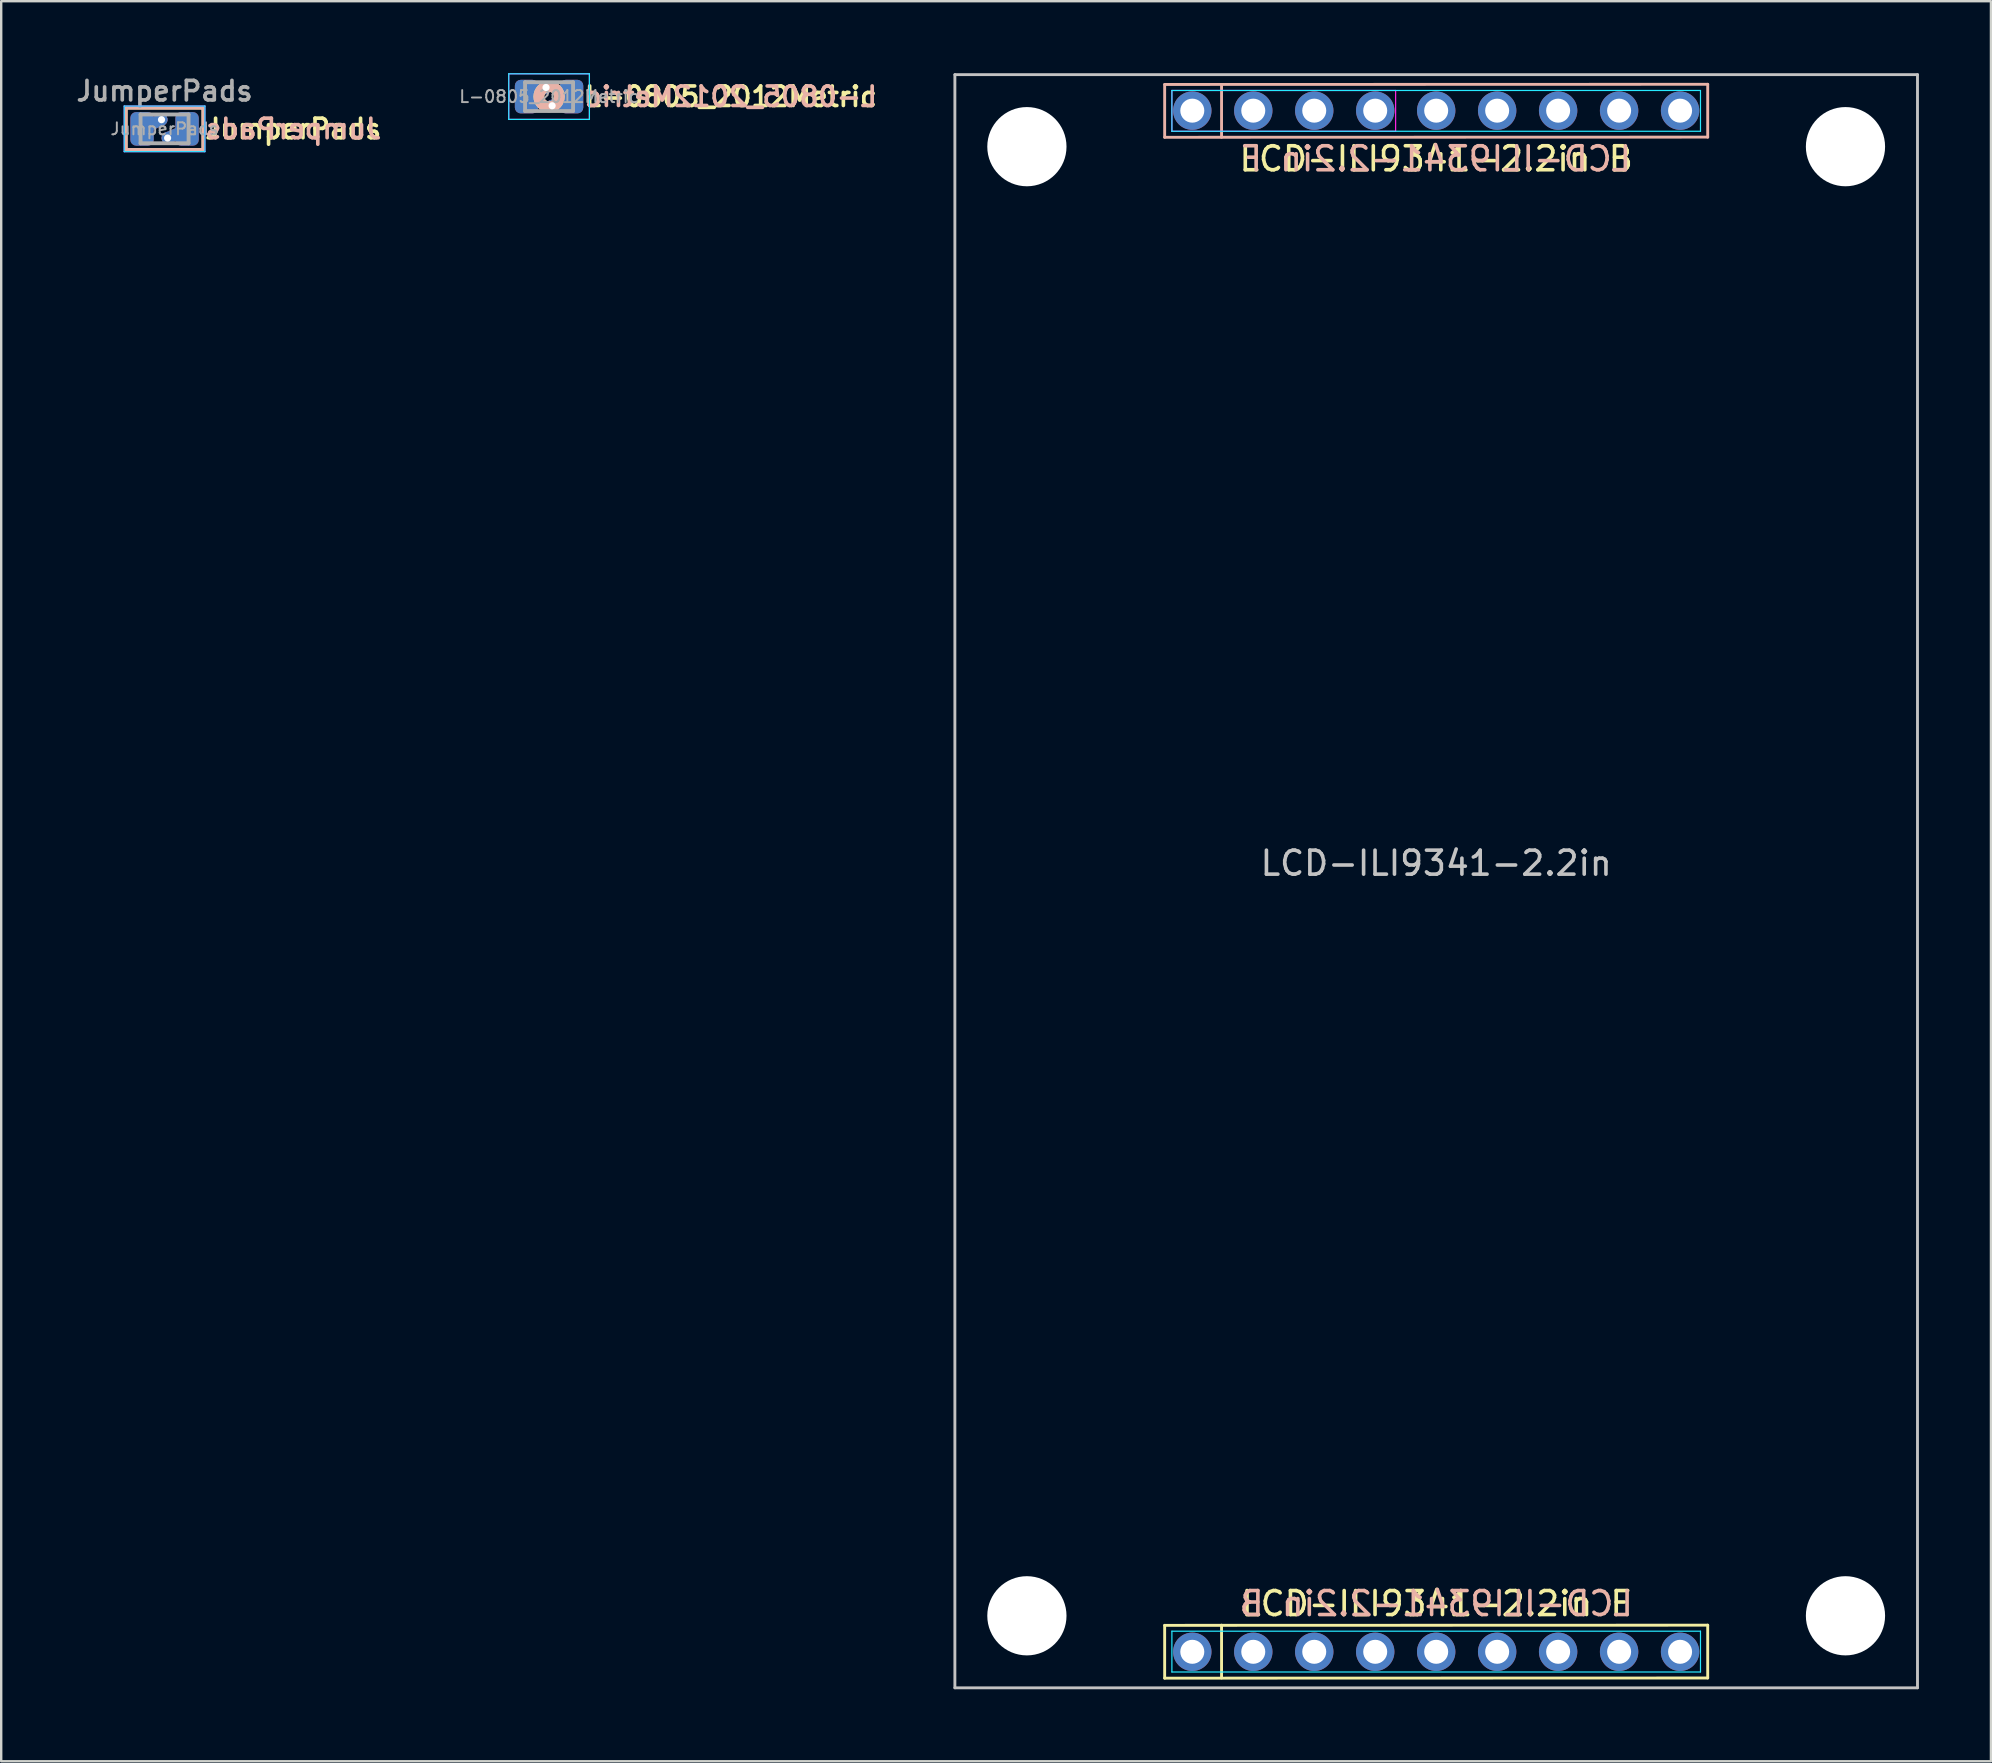
<source format=kicad_pcb>
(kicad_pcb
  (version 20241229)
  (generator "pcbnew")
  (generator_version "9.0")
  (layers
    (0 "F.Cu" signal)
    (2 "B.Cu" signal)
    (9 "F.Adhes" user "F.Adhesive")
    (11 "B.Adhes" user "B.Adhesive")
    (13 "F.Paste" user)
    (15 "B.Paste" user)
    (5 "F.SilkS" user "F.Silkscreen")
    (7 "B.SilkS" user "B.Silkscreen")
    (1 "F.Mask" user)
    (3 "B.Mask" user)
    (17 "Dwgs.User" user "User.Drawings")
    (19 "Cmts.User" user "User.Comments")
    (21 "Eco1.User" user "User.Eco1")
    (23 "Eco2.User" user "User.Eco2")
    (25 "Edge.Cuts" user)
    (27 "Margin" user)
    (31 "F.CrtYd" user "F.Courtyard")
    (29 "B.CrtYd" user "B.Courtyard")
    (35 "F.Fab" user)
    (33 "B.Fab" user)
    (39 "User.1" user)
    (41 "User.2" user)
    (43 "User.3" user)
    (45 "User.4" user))
  (footprint "LCD-ILI9341-2.2in"
    (layer "F.Cu")
    (at 56.778 33.66)
    (property "Reference" "LCD-ILI9341-2.2in" (at 0 -0.75 180) (layer "Dwgs.User") (effects (font (size 1 1) (thickness 0.15))))
    (attr through_hole)
    (fp_line (start -11.311 30.998) (end 11.311 30.991) (stroke (width 0.12) (type solid)) (layer "F.SilkS"))
    (fp_line (start -11.311 33.198) (end -11.311 30.998) (stroke (width 0.12) (type solid)) (layer "F.SilkS"))
    (fp_line (start -8.941 33.191) (end -8.941 30.991) (stroke (width 0.12) (type solid)) (layer "F.SilkS"))
    (fp_line (start 11.311 30.991) (end 11.311 33.191) (stroke (width 0.12) (type solid)) (layer "F.SilkS"))
    (fp_line (start 11.311 33.191) (end -11.311 33.198) (stroke (width 0.12) (type solid)) (layer "F.SilkS"))
    (fp_line (start -11.311 -33.191) (end 11.311 -33.198) (stroke (width 0.12) (type solid)) (layer "B.SilkS"))
    (fp_line (start -11.311 -30.991) (end -11.311 -33.191) (stroke (width 0.12) (type solid)) (layer "B.SilkS"))
    (fp_line (start -8.941 -33.191) (end -8.941 -30.991) (stroke (width 0.12) (type solid)) (layer "B.SilkS"))
    (fp_line (start 11.311 -33.198) (end 11.311 -30.998) (stroke (width 0.12) (type solid)) (layer "B.SilkS"))
    (fp_line (start 11.311 -30.998) (end -11.311 -30.991) (stroke (width 0.12) (type solid)) (layer "B.SilkS"))
    (fp_line (start -20.05 -33.6) (end -20.05 33.6) (stroke (width 0.12) (type solid)) (layer "Dwgs.User"))
    (fp_line (start -20.05 -33.6) (end 20.05 -33.6) (stroke (width 0.12) (type solid)) (layer "Dwgs.User"))
    (fp_line (start -20.05 33.6) (end 20.05 33.6) (stroke (width 0.12) (type solid)) (layer "Dwgs.User"))
    (fp_line (start 20.05 -33.6) (end 20.05 33.6) (stroke (width 0.12) (type solid)) (layer "Dwgs.User"))
    (fp_line (start -11.01 -32.941) (end 11.01 -32.941) (stroke (width 0.05) (type solid)) (layer "B.CrtYd"))
    (fp_line (start -11.01 -31.241) (end -11.01 -32.941) (stroke (width 0.05) (type solid)) (layer "B.CrtYd"))
    (fp_line (start -11.01 31.241) (end 11.01 31.241) (stroke (width 0.05) (type solid)) (layer "B.CrtYd"))
    (fp_line (start -11.01 32.941) (end -11.01 31.241) (stroke (width 0.05) (type solid)) (layer "B.CrtYd"))
    (fp_line (start 11.01 -32.941) (end 11.01 -31.241) (stroke (width 0.05) (type solid)) (layer "B.CrtYd"))
    (fp_line (start 11.01 -31.241) (end -11.01 -31.241) (stroke (width 0.05) (type solid)) (layer "B.CrtYd"))
    (fp_line (start 11.01 31.241) (end 11.01 32.941) (stroke (width 0.05) (type solid)) (layer "B.CrtYd"))
    (fp_line (start 11.01 32.941) (end -11.01 32.941) (stroke (width 0.05) (type solid)) (layer "B.CrtYd"))
    (fp_line (start -11.01 -32.941) (end -1.69 -32.941) (stroke (width 0.05) (type solid)) (layer "F.CrtYd"))
    (fp_line (start -11.01 -31.241) (end -11.01 -32.941) (stroke (width 0.05) (type solid)) (layer "F.CrtYd"))
    (fp_line (start -1.69 -32.941) (end -1.69 -31.241) (stroke (width 0.05) (type solid)) (layer "F.CrtYd"))
    (fp_line (start -1.69 -31.241) (end -11.01 -31.241) (stroke (width 0.05) (type solid)) (layer "F.CrtYd"))
    (fp_text user "${REFERENCE} F" (at 0 30.093 180) (layer "F.SilkS") (effects (font (size 1 1) (thickness 0.15))))
    (fp_text user "${REFERENCE} B" (at 0 -30.093 0) (layer "F.SilkS") (effects (font (size 1 1) (thickness 0.15))))
    (fp_text user "${REFERENCE} B" (at 0 30.093 180) (layer "B.SilkS") (effects (font (size 1 1) (thickness 0.15)) (justify mirror)))
    (fp_text user "${REFERENCE} F" (at 0 -30.093 0) (layer "B.SilkS") (effects (font (size 1 1) (thickness 0.15)) (justify mirror)))
    (pad "" np_thru_hole circle (at -17.05 -30.6) (size 3.3 3.3) (drill 3.3) (layers "*.Cu" "*.Mask"))
    (pad "" np_thru_hole circle (at -17.05 30.6) (size 3.3 3.3) (drill 3.3) (layers "*.Cu" "*.Mask"))
    (pad "" np_thru_hole circle (at 17.05 -30.6) (size 3.3 3.3) (drill 3.3) (layers "*.Cu" "*.Mask"))
    (pad "" np_thru_hole circle (at 17.05 30.6 90) (size 3.3 3.3) (drill 3.3) (layers "*.Cu" "*.Mask"))
    (pad "1" thru_hole circle (at -10.16 -32.1) (size 1.6 1.6) (drill 1) (layers "*.Cu" "*.Mask"))
    (pad "1" thru_hole circle (at -10.16 32.1 180) (size 1.6 1.6) (drill 1) (layers "*.Cu" "*.Mask"))
    (pad "2" thru_hole circle (at -7.62 -32.1) (size 1.6 1.6) (drill 1) (layers "*.Cu" "*.Mask"))
    (pad "2" thru_hole circle (at -7.62 32.1 180) (size 1.6 1.6) (drill 1) (layers "*.Cu" "*.Mask"))
    (pad "3" thru_hole circle (at -5.08 -32.1) (size 1.6 1.6) (drill 1) (layers "*.Cu" "*.Mask"))
    (pad "3" thru_hole circle (at -5.08 32.1 180) (size 1.6 1.6) (drill 1) (layers "*.Cu" "*.Mask"))
    (pad "4" thru_hole circle (at -2.54 -32.1) (size 1.6 1.6) (drill 1) (layers "*.Cu" "*.Mask"))
    (pad "4" thru_hole circle (at -2.54 32.1 180) (size 1.6 1.6) (drill 1) (layers "*.Cu" "*.Mask"))
    (pad "5" thru_hole circle (at 0 -32.1) (size 1.6 1.6) (drill 1) (layers "*.Cu" "*.Mask"))
    (pad "5" thru_hole circle (at 0 32.1 180) (size 1.6 1.6) (drill 1) (layers "*.Cu" "*.Mask"))
    (pad "6" thru_hole circle (at 2.54 -32.1) (size 1.6 1.6) (drill 1) (layers "*.Cu" "*.Mask"))
    (pad "6" thru_hole circle (at 2.54 32.1 180) (size 1.6 1.6) (drill 1) (layers "*.Cu" "*.Mask"))
    (pad "7" thru_hole circle (at 5.08 -32.1) (size 1.6 1.6) (drill 1) (layers "*.Cu" "*.Mask"))
    (pad "7" thru_hole circle (at 5.08 32.1 180) (size 1.6 1.6) (drill 1) (layers "*.Cu" "*.Mask"))
    (pad "8" thru_hole circle (at 7.62 -32.1) (size 1.6 1.6) (drill 1) (layers "*.Cu" "*.Mask"))
    (pad "8" thru_hole circle (at 7.62 32.1 180) (size 1.6 1.6) (drill 1) (layers "*.Cu" "*.Mask"))
    (pad "9" thru_hole circle (at 10.16 -32.1) (size 1.6 1.6) (drill 1) (layers "*.Cu" "*.Mask"))
    (pad "9" thru_hole circle (at 10.16 32.1 180) (size 1.6 1.6) (drill 1) (layers "*.Cu" "*.Mask")))
  (footprint "L-0805_2012Metric"
    (layer "F.Cu")
    (at 19.823 0.975)
    (property "Reference" "L-0805_2012Metric" (at 1.397 0 0) (layer "F.SilkS") (effects (font (size 0.813 0.813) (thickness 0.152)) (justify left)))
    (attr smd)
    (fp_circle (center 0 0) (end 0.2 0) (stroke (width 0.45) (type solid)) (fill no) (layer "F.SilkS"))
    (fp_circle (center 0 0) (end 0.2 0) (stroke (width 0.45) (type solid)) (fill no) (layer "B.SilkS"))
    (fp_line (start -1.68 -0.95) (end 1.68 -0.95) (stroke (width 0.05) (type solid)) (layer "B.CrtYd"))
    (fp_line (start -1.68 0.95) (end -1.68 -0.95) (stroke (width 0.05) (type solid)) (layer "B.CrtYd"))
    (fp_line (start 1.68 -0.95) (end 1.68 0.95) (stroke (width 0.05) (type solid)) (layer "B.CrtYd"))
    (fp_line (start 1.68 0.95) (end -1.68 0.95) (stroke (width 0.05) (type solid)) (layer "B.CrtYd"))
    (fp_line (start -1.68 -0.95) (end 1.68 -0.95) (stroke (width 0.05) (type solid)) (layer "F.CrtYd"))
    (fp_line (start -1.68 0.95) (end -1.68 -0.95) (stroke (width 0.05) (type solid)) (layer "F.CrtYd"))
    (fp_line (start 1.68 -0.95) (end 1.68 0.95) (stroke (width 0.05) (type solid)) (layer "F.CrtYd"))
    (fp_line (start 1.68 0.95) (end -1.68 0.95) (stroke (width 0.05) (type solid)) (layer "F.CrtYd"))
    (fp_line (start -1 -0.6) (end 1 -0.6) (stroke (width 0.16) (type solid)) (layer "F.Fab"))
    (fp_line (start -1 0.6) (end -1 -0.6) (stroke (width 0.16) (type solid)) (layer "F.Fab"))
    (fp_line (start 1 -0.6) (end 1 0.6) (stroke (width 0.16) (type solid)) (layer "F.Fab"))
    (fp_line (start 1 0.6) (end -1 0.6) (stroke (width 0.16) (type solid)) (layer "F.Fab"))
    (fp_text user "${REFERENCE}" (at 1.397 0 0) (layer "B.SilkS") (effects (font (size 0.813 0.813) (thickness 0.152)) (justify right mirror)))
    (fp_text user "${REFERENCE}" (at 0 0 0) (layer "F.Fab") (effects (font (size 0.5 0.5) (thickness 0.08))))
    (pad "1" smd custom (at -0.938 0) (size 0.01 0.01) (layers "F.Cu") (options (anchor circle)) (primitives (gr_line (start 0.81 -0.381) (end -0.079 0) (width 0.5))))
    (pad "1" smd custom (at -0.938 0) (size 0.01 0.01) (layers "B.Cu") (options (anchor circle)) (primitives (gr_line (start 0.81 -0.381) (end -0.079 0) (width 0.5))))
    (pad "1" smd roundrect (at -0.938 0) (size 0.975 1.4) (layers "F.Cu" "F.Mask" "F.Paste") (roundrect_rratio 0.25))
    (pad "1" smd roundrect (at -0.938 0) (size 0.975 1.4) (layers "B.Cu" "B.Mask" "B.Paste") (roundrect_rratio 0.25))
    (pad "1" thru_hole circle (at -0.127 -0.381) (size 0.5 0.5) (drill 0.3) (layers "*.Cu"))
    (pad "2" thru_hole circle (at 0.127 0.381) (size 0.5 0.5) (drill 0.3) (layers "*.Cu"))
    (pad "2" smd custom (at 0.938 0) (size 0.01 0.01) (layers "F.Cu") (options (anchor circle)) (primitives (gr_line (start -0.81 0.381) (end 0.079 0) (width 0.5))))
    (pad "2" smd custom (at 0.938 0) (size 0.01 0.01) (layers "B.Cu") (options (anchor circle)) (primitives (gr_line (start -0.81 0.381) (end 0.079 0) (width 0.5))))
    (pad "2" smd roundrect (at 0.938 0) (size 0.975 1.4) (layers "F.Cu" "F.Mask" "F.Paste") (roundrect_rratio 0.25))
    (pad "2" smd roundrect (at 0.938 0) (size 0.975 1.4) (layers "B.Cu" "B.Mask" "B.Paste") (roundrect_rratio 0.25)))
  (footprint "JumperPads"
    (layer "F.Cu")
    (at 3.805 2.318)
    (property "Reference" "JumperPads" (at 0 -1.575 0) (layer "F.Fab") (effects (font (size 0.813 0.813) (thickness 0.152))))
    (property "Value" "JumperPads" (at 0 1.65 0) (layer "F.Fab") (hide yes) (effects (font (size 0.813 0.813) (thickness 0.152))))
    (attr smd)
    (fp_line (start -1.6 -0.864) (end 1.6 -0.864) (stroke (width 0.12) (type solid)) (layer "F.SilkS"))
    (fp_line (start -1.6 0.864) (end -1.6 -0.864) (stroke (width 0.12) (type solid)) (layer "F.SilkS"))
    (fp_line (start 1.6 -0.864) (end 1.6 0.864) (stroke (width 0.12) (type solid)) (layer "F.SilkS"))
    (fp_line (start 1.6 0.864) (end -1.6 0.864) (stroke (width 0.12) (type solid)) (layer "F.SilkS"))
    (fp_line (start -1.6 -0.864) (end 1.6 -0.864) (stroke (width 0.12) (type solid)) (layer "B.SilkS"))
    (fp_line (start -1.6 0.864) (end -1.6 -0.864) (stroke (width 0.12) (type solid)) (layer "B.SilkS"))
    (fp_line (start 1.6 -0.864) (end 1.6 0.864) (stroke (width 0.12) (type solid)) (layer "B.SilkS"))
    (fp_line (start 1.6 0.864) (end -1.6 0.864) (stroke (width 0.12) (type solid)) (layer "B.SilkS"))
    (fp_line (start -1.68 -0.95) (end 1.68 -0.95) (stroke (width 0.05) (type solid)) (layer "B.CrtYd"))
    (fp_line (start -1.68 0.95) (end -1.68 -0.95) (stroke (width 0.05) (type solid)) (layer "B.CrtYd"))
    (fp_line (start 1.68 -0.95) (end 1.68 0.95) (stroke (width 0.05) (type solid)) (layer "B.CrtYd"))
    (fp_line (start 1.68 0.95) (end -1.68 0.95) (stroke (width 0.05) (type solid)) (layer "B.CrtYd"))
    (fp_line (start -1.68 -0.95) (end 1.68 -0.95) (stroke (width 0.05) (type solid)) (layer "F.CrtYd"))
    (fp_line (start -1.68 0.95) (end -1.68 -0.95) (stroke (width 0.05) (type solid)) (layer "F.CrtYd"))
    (fp_line (start 1.68 -0.95) (end 1.68 0.95) (stroke (width 0.05) (type solid)) (layer "F.CrtYd"))
    (fp_line (start 1.68 0.95) (end -1.68 0.95) (stroke (width 0.05) (type solid)) (layer "F.CrtYd"))
    (fp_line (start -1 -0.6) (end 1 -0.6) (stroke (width 0.16) (type solid)) (layer "F.Fab"))
    (fp_line (start -1 0.6) (end -1 -0.6) (stroke (width 0.16) (type solid)) (layer "F.Fab"))
    (fp_line (start 1 -0.6) (end 1 0.6) (stroke (width 0.16) (type solid)) (layer "F.Fab"))
    (fp_line (start 1 0.6) (end -1 0.6) (stroke (width 0.16) (type solid)) (layer "F.Fab"))
    (fp_text user "${VALUE}" (at 1.6 0 0) (layer "F.SilkS") (effects (font (size 0.813 0.813) (thickness 0.152)) (justify left)))
    (fp_text user "${VALUE}" (at 1.6 0 0) (layer "B.SilkS") (effects (font (size 0.813 0.813) (thickness 0.152)) (justify right mirror)))
    (fp_text user "${REFERENCE}" (at 0 0 0) (layer "F.Fab") (effects (font (size 0.5 0.5) (thickness 0.08))))
    (pad "1" smd custom (at -0.938 0) (size 0.01 0.01) (layers "F.Cu") (options (anchor circle)) (primitives (gr_line (start 0.81 -0.381) (end -0.079 0) (width 0.5))))
    (pad "1" smd custom (at -0.938 0) (size 0.01 0.01) (layers "B.Cu") (options (anchor circle)) (primitives (gr_line (start 0.81 -0.381) (end -0.079 0) (width 0.5))))
    (pad "1" smd roundrect (at -0.938 0) (size 0.975 1.4) (layers "F.Cu" "F.Mask" "F.Paste") (roundrect_rratio 0.25))
    (pad "1" smd roundrect (at -0.938 0) (size 0.975 1.4) (layers "B.Cu" "B.Mask" "B.Paste") (roundrect_rratio 0.25))
    (pad "1" thru_hole circle (at -0.127 -0.381) (size 0.5 0.5) (drill 0.3) (layers "*.Cu"))
    (pad "2" thru_hole circle (at 0.127 0.381) (size 0.5 0.5) (drill 0.3) (layers "*.Cu"))
    (pad "2" smd custom (at 0.938 0) (size 0.01 0.01) (layers "F.Cu") (options (anchor circle)) (primitives (gr_line (start -0.81 0.381) (end 0.079 0) (width 0.5))))
    (pad "2" smd custom (at 0.938 0) (size 0.01 0.01) (layers "B.Cu") (options (anchor circle)) (primitives (gr_line (start -0.81 0.381) (end 0.079 0) (width 0.5))))
    (pad "2" smd roundrect (at 0.938 0) (size 0.975 1.4) (layers "F.Cu" "F.Mask" "F.Paste") (roundrect_rratio 0.25))
    (pad "2" smd roundrect (at 0.938 0) (size 0.975 1.4) (layers "B.Cu" "B.Mask" "B.Paste") (roundrect_rratio 0.25)))
  (gr_rect
    (start -3 -3)
    (end 79.888 70.32)
    (stroke (width 0.1) (type default))
    (fill no)
    (layer "Edge.Cuts")))
</source>
